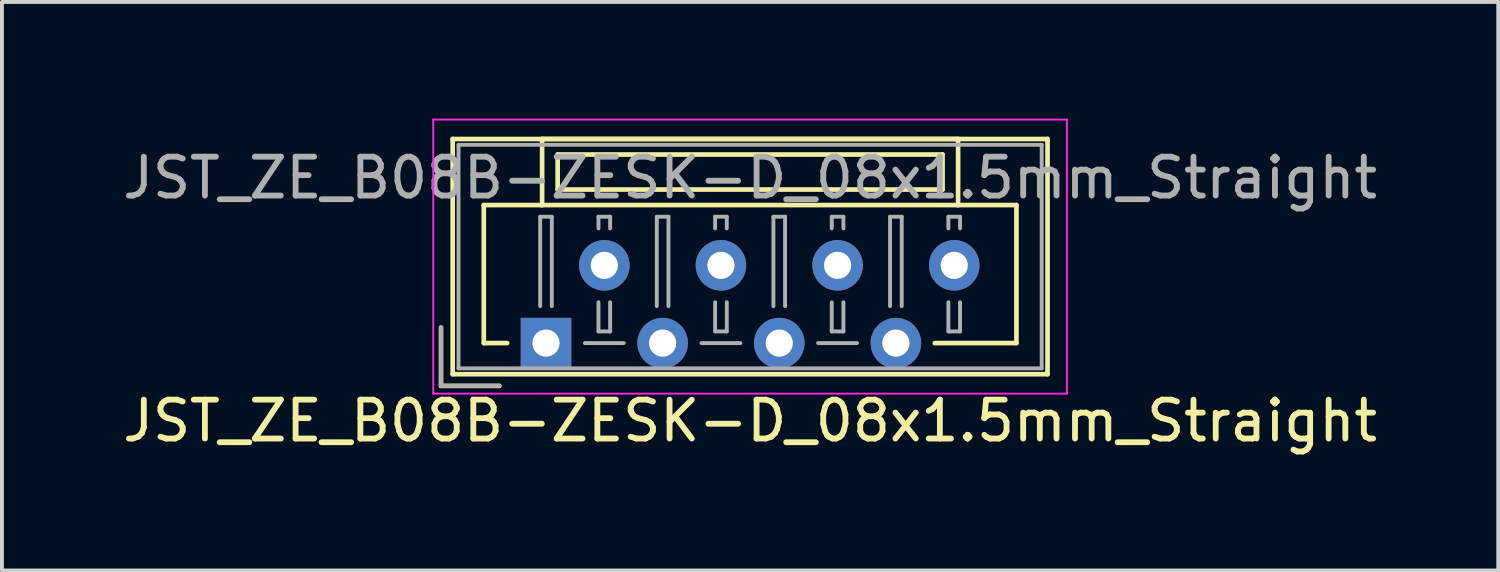
<source format=kicad_pcb>
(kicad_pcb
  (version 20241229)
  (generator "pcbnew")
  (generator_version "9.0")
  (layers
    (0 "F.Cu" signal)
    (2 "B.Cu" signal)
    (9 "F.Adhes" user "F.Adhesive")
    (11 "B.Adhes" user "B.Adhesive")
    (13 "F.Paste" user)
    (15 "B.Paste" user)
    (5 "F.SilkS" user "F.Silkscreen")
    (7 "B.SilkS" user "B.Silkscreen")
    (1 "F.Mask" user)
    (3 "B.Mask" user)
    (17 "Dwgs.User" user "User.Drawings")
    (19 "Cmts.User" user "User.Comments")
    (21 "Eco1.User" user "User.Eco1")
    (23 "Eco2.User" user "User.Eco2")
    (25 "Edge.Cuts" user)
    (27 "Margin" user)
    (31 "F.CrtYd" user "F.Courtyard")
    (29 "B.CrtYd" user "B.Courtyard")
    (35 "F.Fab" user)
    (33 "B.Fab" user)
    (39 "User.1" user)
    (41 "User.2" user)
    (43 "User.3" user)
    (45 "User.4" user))
  (footprint "JST_ZE_B08B-ZESK-D_08x1.5mm_Straight"
    (layer "F.Cu")
    (at 10.994 5.775)
    (property "Reference" "JST_ZE_B08B-ZESK-D_08x1.5mm_Straight" (at 5.25 2 0) (layer "F.SilkS") (effects (font (size 1 1) (thickness 0.15))))
    (attr through_hole)
    (fp_line (start -2.7 -0.4) (end -2.7 1.1) (stroke (width 0.12) (type solid)) (layer "F.SilkS"))
    (fp_line (start -2.7 1.1) (end -1.2 1.1) (stroke (width 0.12) (type solid)) (layer "F.SilkS"))
    (fp_line (start -2.4 -5.25) (end -2.4 0.8) (stroke (width 0.12) (type solid)) (layer "F.SilkS"))
    (fp_line (start -2.4 0.8) (end 12.9 0.8) (stroke (width 0.12) (type solid)) (layer "F.SilkS"))
    (fp_line (start -1.6 -3.55) (end -1.6 0) (stroke (width 0.12) (type solid)) (layer "F.SilkS"))
    (fp_line (start -1.6 0) (end -1 0) (stroke (width 0.12) (type solid)) (layer "F.SilkS"))
    (fp_line (start -0.1 -5.25) (end -0.1 -3.55) (stroke (width 0.12) (type solid)) (layer "F.SilkS"))
    (fp_line (start -0.1 -3.55) (end -1.6 -3.55) (stroke (width 0.12) (type solid)) (layer "F.SilkS"))
    (fp_line (start -0.1 -3.55) (end 10.6 -3.55) (stroke (width 0.12) (type solid)) (layer "F.SilkS"))
    (fp_line (start 0.3 -4.85) (end 0.3 -3.95) (stroke (width 0.12) (type solid)) (layer "F.SilkS"))
    (fp_line (start 0.3 -3.95) (end 10.2 -3.95) (stroke (width 0.12) (type solid)) (layer "F.SilkS"))
    (fp_line (start 10.2 -4.85) (end 0.3 -4.85) (stroke (width 0.12) (type solid)) (layer "F.SilkS"))
    (fp_line (start 10.2 -3.95) (end 10.2 -4.85) (stroke (width 0.12) (type solid)) (layer "F.SilkS"))
    (fp_line (start 10.6 -5.25) (end -0.1 -5.25) (stroke (width 0.12) (type solid)) (layer "F.SilkS"))
    (fp_line (start 10.6 -3.55) (end 10.6 -5.25) (stroke (width 0.12) (type solid)) (layer "F.SilkS"))
    (fp_line (start 10.6 -3.55) (end 12.1 -3.55) (stroke (width 0.12) (type solid)) (layer "F.SilkS"))
    (fp_line (start 12.1 -3.55) (end 12.1 0) (stroke (width 0.12) (type solid)) (layer "F.SilkS"))
    (fp_line (start 12.1 0) (end 10 0) (stroke (width 0.12) (type solid)) (layer "F.SilkS"))
    (fp_line (start 12.9 -5.25) (end -2.4 -5.25) (stroke (width 0.12) (type solid)) (layer "F.SilkS"))
    (fp_line (start 12.9 0.8) (end 12.9 -5.25) (stroke (width 0.12) (type solid)) (layer "F.SilkS"))
    (fp_line (start -2.9 -5.75) (end -2.9 1.3) (stroke (width 0.05) (type solid)) (layer "F.CrtYd"))
    (fp_line (start -2.9 1.3) (end 13.4 1.3) (stroke (width 0.05) (type solid)) (layer "F.CrtYd"))
    (fp_line (start 13.4 -5.75) (end -2.9 -5.75) (stroke (width 0.05) (type solid)) (layer "F.CrtYd"))
    (fp_line (start 13.4 1.3) (end 13.4 -5.75) (stroke (width 0.05) (type solid)) (layer "F.CrtYd"))
    (fp_line (start -2.7 -0.4) (end -2.7 1.1) (stroke (width 0.1) (type solid)) (layer "F.Fab"))
    (fp_line (start -2.7 1.1) (end -1.2 1.1) (stroke (width 0.1) (type solid)) (layer "F.Fab"))
    (fp_line (start -2.25 -5.1) (end -2.25 0.65) (stroke (width 0.1) (type solid)) (layer "F.Fab"))
    (fp_line (start -2.25 0.65) (end 12.75 0.65) (stroke (width 0.1) (type solid)) (layer "F.Fab"))
    (fp_line (start -0.15 -3.25) (end 0.15 -3.25) (stroke (width 0.1) (type solid)) (layer "F.Fab"))
    (fp_line (start -0.15 -0.95) (end -0.15 -3.25) (stroke (width 0.1) (type solid)) (layer "F.Fab"))
    (fp_line (start 0.15 -3.25) (end 0.15 -0.95) (stroke (width 0.1) (type solid)) (layer "F.Fab"))
    (fp_line (start 1 0) (end 2 0) (stroke (width 0.1) (type solid)) (layer "F.Fab"))
    (fp_line (start 1.35 -3.25) (end 1.65 -3.25) (stroke (width 0.1) (type solid)) (layer "F.Fab"))
    (fp_line (start 1.35 -2.95) (end 1.35 -3.25) (stroke (width 0.1) (type solid)) (layer "F.Fab"))
    (fp_line (start 1.35 -1.05) (end 1.35 -0.3) (stroke (width 0.1) (type solid)) (layer "F.Fab"))
    (fp_line (start 1.35 -0.3) (end 1.65 -0.3) (stroke (width 0.1) (type solid)) (layer "F.Fab"))
    (fp_line (start 1.65 -3.25) (end 1.65 -2.95) (stroke (width 0.1) (type solid)) (layer "F.Fab"))
    (fp_line (start 1.65 -0.3) (end 1.65 -1.05) (stroke (width 0.1) (type solid)) (layer "F.Fab"))
    (fp_line (start 2.85 -3.25) (end 3.15 -3.25) (stroke (width 0.1) (type solid)) (layer "F.Fab"))
    (fp_line (start 2.85 -0.95) (end 2.85 -3.25) (stroke (width 0.1) (type solid)) (layer "F.Fab"))
    (fp_line (start 3.15 -3.25) (end 3.15 -0.95) (stroke (width 0.1) (type solid)) (layer "F.Fab"))
    (fp_line (start 4 0) (end 5 0) (stroke (width 0.1) (type solid)) (layer "F.Fab"))
    (fp_line (start 4.35 -3.25) (end 4.65 -3.25) (stroke (width 0.1) (type solid)) (layer "F.Fab"))
    (fp_line (start 4.35 -2.95) (end 4.35 -3.25) (stroke (width 0.1) (type solid)) (layer "F.Fab"))
    (fp_line (start 4.35 -1.05) (end 4.35 -0.3) (stroke (width 0.1) (type solid)) (layer "F.Fab"))
    (fp_line (start 4.35 -0.3) (end 4.65 -0.3) (stroke (width 0.1) (type solid)) (layer "F.Fab"))
    (fp_line (start 4.65 -3.25) (end 4.65 -2.95) (stroke (width 0.1) (type solid)) (layer "F.Fab"))
    (fp_line (start 4.65 -0.3) (end 4.65 -1.05) (stroke (width 0.1) (type solid)) (layer "F.Fab"))
    (fp_line (start 5.85 -3.25) (end 6.15 -3.25) (stroke (width 0.1) (type solid)) (layer "F.Fab"))
    (fp_line (start 5.85 -0.95) (end 5.85 -3.25) (stroke (width 0.1) (type solid)) (layer "F.Fab"))
    (fp_line (start 6.15 -3.25) (end 6.15 -0.95) (stroke (width 0.1) (type solid)) (layer "F.Fab"))
    (fp_line (start 7 0) (end 8 0) (stroke (width 0.1) (type solid)) (layer "F.Fab"))
    (fp_line (start 7.35 -3.25) (end 7.65 -3.25) (stroke (width 0.1) (type solid)) (layer "F.Fab"))
    (fp_line (start 7.35 -2.95) (end 7.35 -3.25) (stroke (width 0.1) (type solid)) (layer "F.Fab"))
    (fp_line (start 7.35 -1.05) (end 7.35 -0.3) (stroke (width 0.1) (type solid)) (layer "F.Fab"))
    (fp_line (start 7.35 -0.3) (end 7.65 -0.3) (stroke (width 0.1) (type solid)) (layer "F.Fab"))
    (fp_line (start 7.65 -3.25) (end 7.65 -2.95) (stroke (width 0.1) (type solid)) (layer "F.Fab"))
    (fp_line (start 7.65 -0.3) (end 7.65 -1.05) (stroke (width 0.1) (type solid)) (layer "F.Fab"))
    (fp_line (start 8.85 -3.25) (end 9.15 -3.25) (stroke (width 0.1) (type solid)) (layer "F.Fab"))
    (fp_line (start 8.85 -0.95) (end 8.85 -3.25) (stroke (width 0.1) (type solid)) (layer "F.Fab"))
    (fp_line (start 9.15 -3.25) (end 9.15 -0.95) (stroke (width 0.1) (type solid)) (layer "F.Fab"))
    (fp_line (start 10.35 -3.25) (end 10.65 -3.25) (stroke (width 0.1) (type solid)) (layer "F.Fab"))
    (fp_line (start 10.35 -2.95) (end 10.35 -3.25) (stroke (width 0.1) (type solid)) (layer "F.Fab"))
    (fp_line (start 10.35 -1.05) (end 10.35 -0.3) (stroke (width 0.1) (type solid)) (layer "F.Fab"))
    (fp_line (start 10.35 -0.3) (end 10.65 -0.3) (stroke (width 0.1) (type solid)) (layer "F.Fab"))
    (fp_line (start 10.65 -3.25) (end 10.65 -2.95) (stroke (width 0.1) (type solid)) (layer "F.Fab"))
    (fp_line (start 10.65 -0.3) (end 10.65 -1.05) (stroke (width 0.1) (type solid)) (layer "F.Fab"))
    (fp_line (start 12.75 -5.1) (end -2.25 -5.1) (stroke (width 0.1) (type solid)) (layer "F.Fab"))
    (fp_line (start 12.75 0.65) (end 12.75 -5.1) (stroke (width 0.1) (type solid)) (layer "F.Fab"))
    (fp_text user "${REFERENCE}" (at 5.25 -4.25 0) (layer "F.Fab") (effects (font (size 1 1) (thickness 0.15))))
    (pad "1" thru_hole rect (at 0 0) (size 1.3 1.3) (drill 0.7) (layers "*.Cu" "*.Mask"))
    (pad "2" thru_hole circle (at 1.5 -2) (size 1.3 1.3) (drill 0.7) (layers "*.Cu" "*.Mask"))
    (pad "3" thru_hole circle (at 3 0) (size 1.3 1.3) (drill 0.7) (layers "*.Cu" "*.Mask"))
    (pad "4" thru_hole circle (at 4.5 -2) (size 1.3 1.3) (drill 0.7) (layers "*.Cu" "*.Mask"))
    (pad "5" thru_hole circle (at 6 0) (size 1.3 1.3) (drill 0.7) (layers "*.Cu" "*.Mask"))
    (pad "6" thru_hole circle (at 7.5 -2) (size 1.3 1.3) (drill 0.7) (layers "*.Cu" "*.Mask"))
    (pad "7" thru_hole circle (at 9 0) (size 1.3 1.3) (drill 0.7) (layers "*.Cu" "*.Mask"))
    (pad "8" thru_hole circle (at 10.5 -2) (size 1.3 1.3) (drill 0.7) (layers "*.Cu" "*.Mask")))
  (gr_rect
    (start -3 -3)
    (end 35.488 11.623)
    (stroke (width 0.1) (type default))
    (fill no)
    (layer "Edge.Cuts")))
</source>
